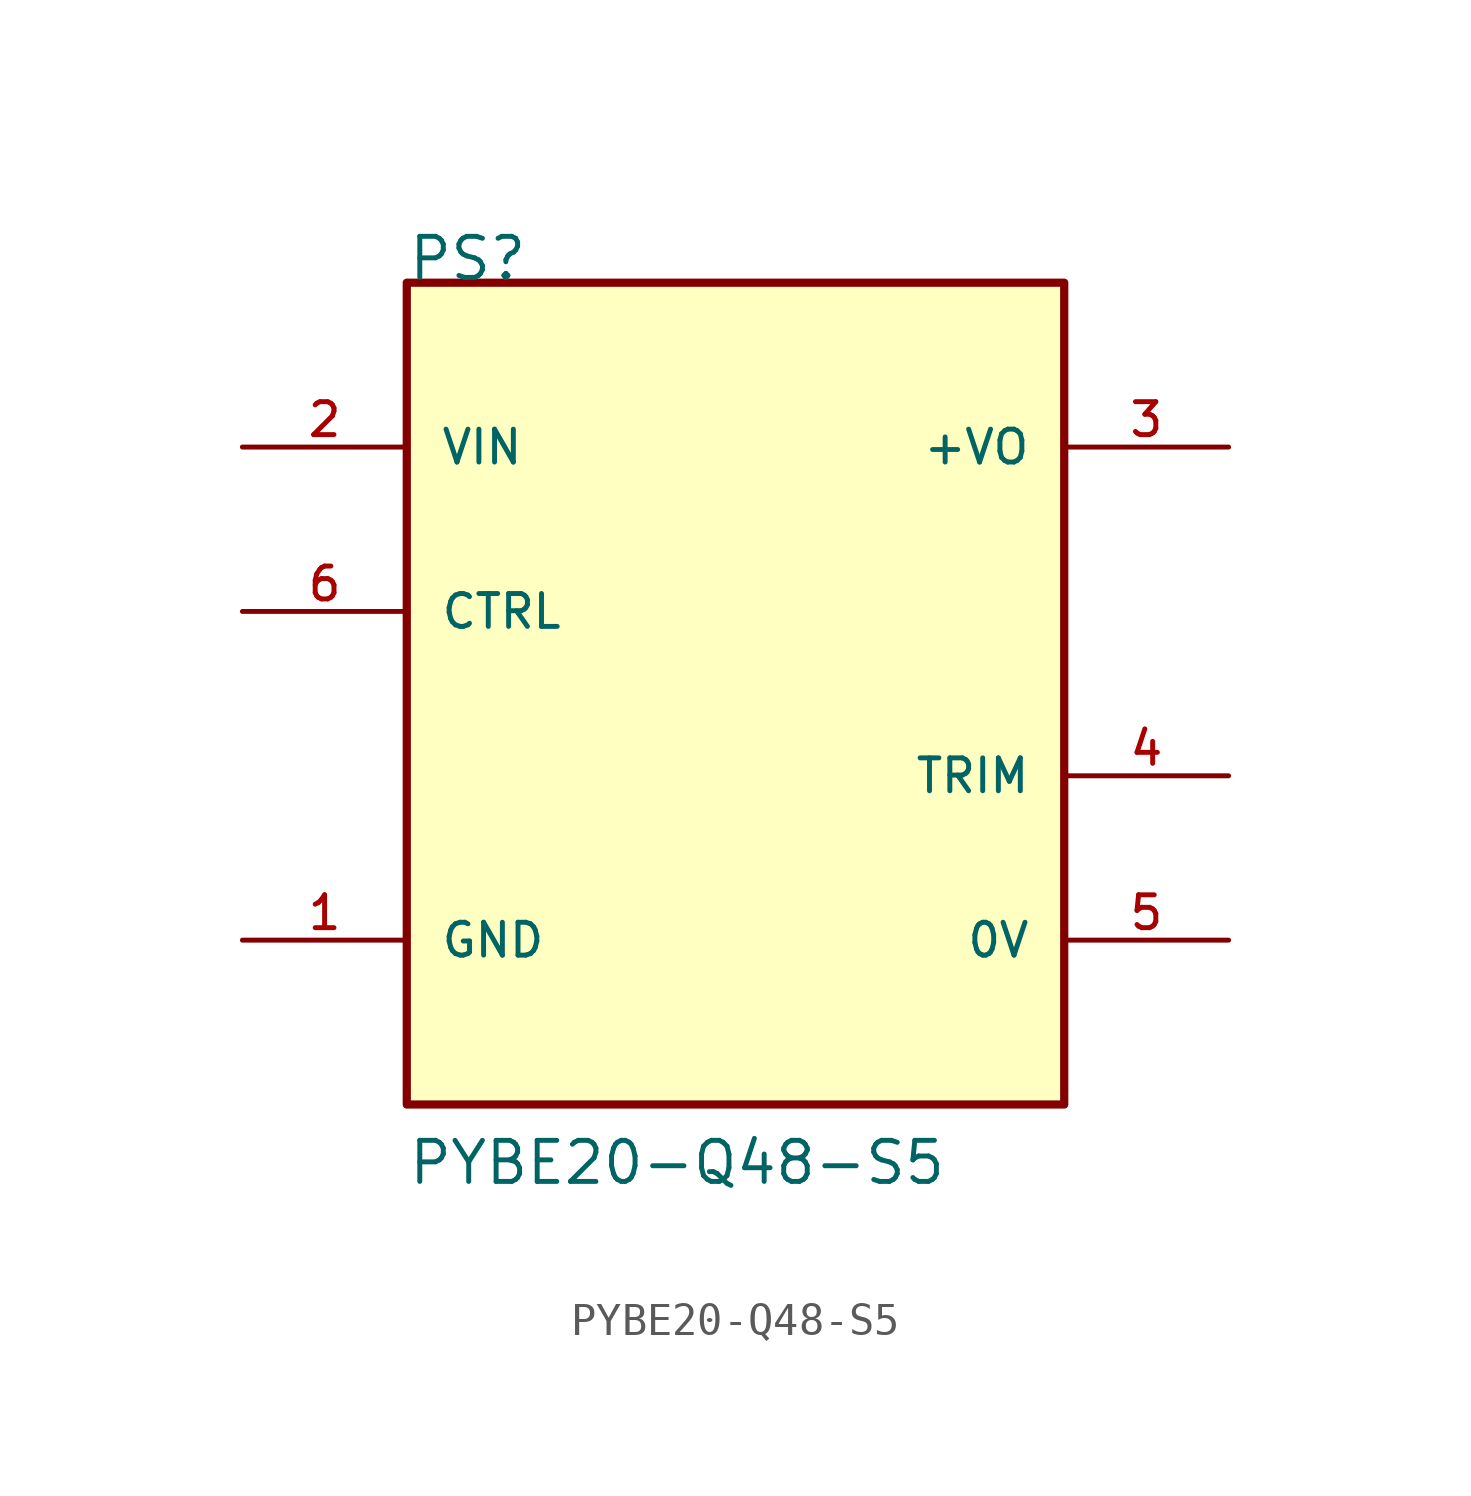
<source format=kicad_sym>
(kicad_symbol_lib
  (version 20211014)
  (generator kicad_symbol_editor)
  (symbol "PYBE20-Q48-S5"
    (pin_names
      (offset 1.016))
    (property "Reference" "PS"
      (at -10.16 12.7 0)
      (effects (font (size 1.27 1.27)) (justify bottom left)))
    (property "Value" "PYBE20-Q48-S5"
      (at -10.16 -15.24 0)
      (effects (font (size 1.27 1.27)) (justify bottom left)))
    (symbol "PYBE20-Q48-S5_0_0"
      (rectangle (start -10.16 -12.7) (end 10.16 12.7) (stroke (width 0.254)) (fill (type background)))
      (pin input line (at -15.24 7.62 0) (length 5.08) (name "VIN" (effects (font (size 1.016 1.016)))) (number "2" (effects (font (size 1.016 1.016)))))
      (pin power_in line (at -15.24 -7.62 0) (length 5.08) (name "GND" (effects (font (size 1.016 1.016)))) (number "1" (effects (font (size 1.016 1.016)))))
      (pin output line (at 15.24 7.62 180.0) (length 5.08) (name "+VO" (effects (font (size 1.016 1.016)))) (number "3" (effects (font (size 1.016 1.016)))))
      (pin power_in line (at 15.24 -7.62 180.0) (length 5.08) (name "0V" (effects (font (size 1.016 1.016)))) (number "5" (effects (font (size 1.016 1.016)))))
      (pin input line (at -15.24 2.54 0) (length 5.08) (name "CTRL" (effects (font (size 1.016 1.016)))) (number "6" (effects (font (size 1.016 1.016)))))
      (pin input line (at 15.24 -2.54 180.0) (length 5.08) (name "TRIM" (effects (font (size 1.016 1.016)))) (number "4" (effects (font (size 1.016 1.016))))))))
</source>
